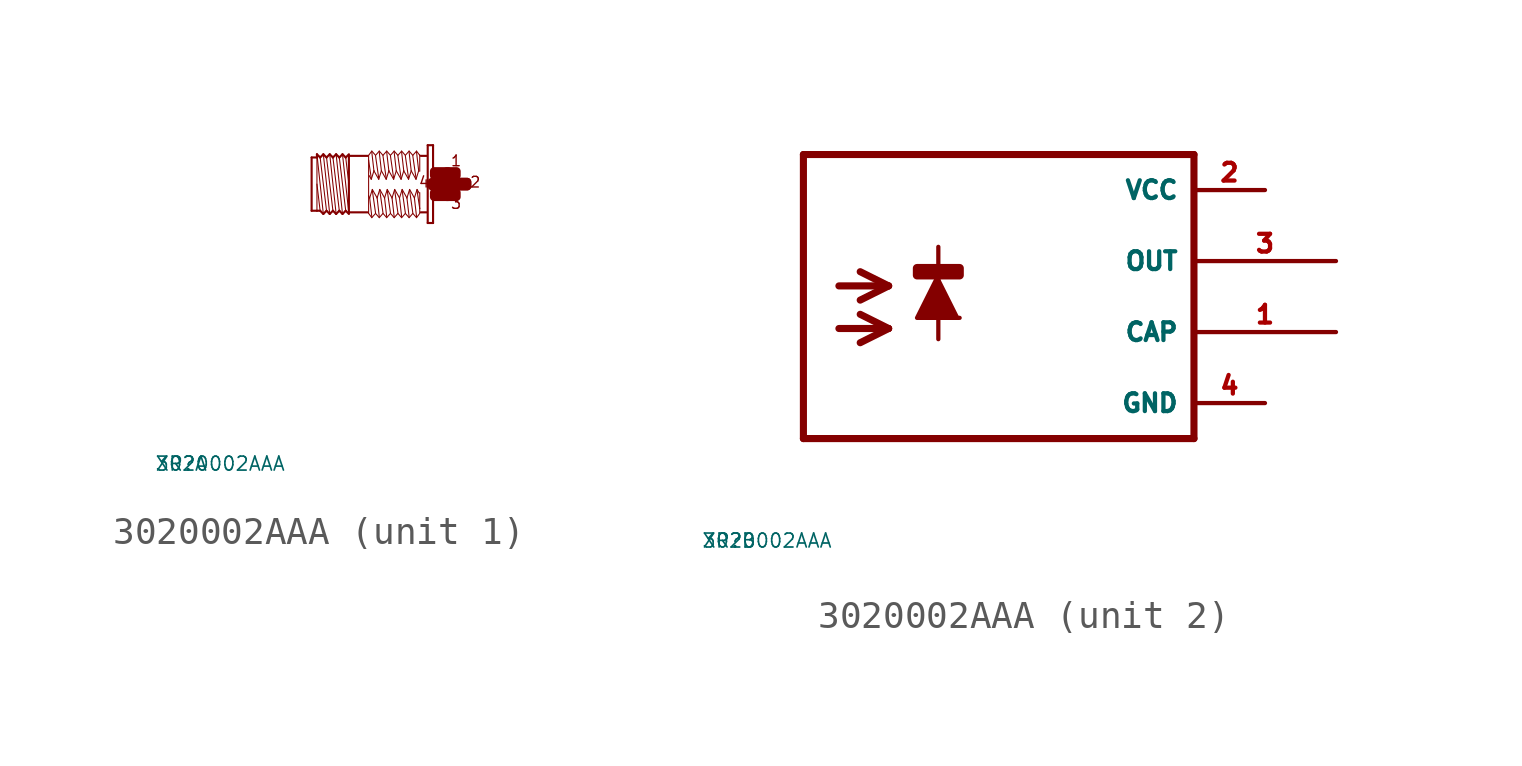
<source format=kicad_sym>
(kicad_symbol_lib
  (version 20220914)
  (generator Eagle2Kicad)
  (symbol "3020002AAA"
    (property "Reference" "XR"
      (at -10 -10 0)
      (effects (font (size 0.5 0.5) (thickness 0.06)) (justify left)))
    (property "Value" "3020002AAA"
      (at -10 -10 0)
      (effects (font (size 0.5 0.5) (thickness 0.06)) (justify left)))
    (symbol "3020002AAA_1_0"
      (polyline (pts (xy -3.048 -1.067) (xy -3.277 1.067)) (stroke (width 0.038) (type default)) (fill (type none)))
      (polyline (pts (xy -3.162 0.953) (xy -3.048 0)) (stroke (width 0.038) (type default)) (fill (type none)))
      (polyline (pts (xy -3.162 -0.953) (xy -3.391 0.953)) (stroke (width 0.038) (type default)) (fill (type none)))
      (polyline (pts (xy -3.277 -1.067) (xy -3.505 1.067)) (stroke (width 0.038) (type default)) (fill (type none)))
      (polyline (pts (xy -3.391 -0.953) (xy -3.619 0.953)) (stroke (width 0.038) (type default)) (fill (type none)))
      (polyline (pts (xy -3.505 -1.067) (xy -3.734 1.067)) (stroke (width 0.038) (type default)) (fill (type none)))
      (polyline (pts (xy -3.619 -0.953) (xy -3.848 0.953)) (stroke (width 0.038) (type default)) (fill (type none)))
      (polyline (pts (xy -3.734 -1.067) (xy -3.962 1.067)) (stroke (width 0.038) (type default)) (fill (type none)))
      (polyline (pts (xy -3.848 -0.953) (xy -4.077 0.953)) (stroke (width 0.038) (type default)) (fill (type none)))
      (polyline (pts (xy -3.962 -1.067) (xy -4.191 1.067)) (stroke (width 0.038) (type default)) (fill (type none)))
      (polyline (pts (xy -4.191 0) (xy -4.077 -0.953)) (stroke (width 0.038) (type default)) (fill (type none)))
      (polyline (pts (xy -4.191 1.029) (xy -4.191 0.953)) (stroke (width 0.038) (type default)) (fill (type none)))
      (polyline (pts (xy -4.191 0.953) (xy -4.191 -0.953)) (stroke (width 0.038) (type default)) (fill (type none)))
      (polyline (pts (xy -4.381 -0.953) (xy -4.381 0.953)) (stroke (width 0.076) (type default)) (fill (type none)))
      (polyline (pts (xy -4.381 0.953) (xy -4.191 0.953)) (stroke (width 0.076) (type default)) (fill (type none)))
      (polyline (pts (xy -4.191 0.953) (xy -4.191 1.067)) (stroke (width 0.076) (type default)) (fill (type none)))
      (polyline (pts (xy -4.191 1.067) (xy -4.077 0.953)) (stroke (width 0.076) (type default)) (fill (type none)))
      (polyline (pts (xy -4.077 0.953) (xy -3.962 1.067)) (stroke (width 0.076) (type default)) (fill (type none)))
      (polyline (pts (xy -3.962 1.067) (xy -3.848 0.953)) (stroke (width 0.076) (type default)) (fill (type none)))
      (polyline (pts (xy -3.848 0.953) (xy -3.734 1.067)) (stroke (width 0.076) (type default)) (fill (type none)))
      (polyline (pts (xy -3.734 1.067) (xy -3.619 0.953)) (stroke (width 0.076) (type default)) (fill (type none)))
      (polyline (pts (xy -3.619 0.953) (xy -3.505 1.067)) (stroke (width 0.076) (type default)) (fill (type none)))
      (polyline (pts (xy -3.277 1.067) (xy -3.162 0.953)) (stroke (width 0.076) (type default)) (fill (type none)))
      (polyline (pts (xy -3.162 0.953) (xy -3.048 1.067)) (stroke (width 0.076) (type default)) (fill (type none)))
      (polyline (pts (xy -3.048 -1.067) (xy -3.162 -0.953)) (stroke (width 0.076) (type default)) (fill (type none)))
      (polyline (pts (xy -3.162 -0.953) (xy -3.277 -1.067)) (stroke (width 0.076) (type default)) (fill (type none)))
      (polyline (pts (xy -3.277 -1.067) (xy -3.391 -0.953)) (stroke (width 0.076) (type default)) (fill (type none)))
      (polyline (pts (xy -3.391 -0.953) (xy -3.505 -1.067)) (stroke (width 0.076) (type default)) (fill (type none)))
      (polyline (pts (xy -3.505 -1.067) (xy -3.619 -0.953)) (stroke (width 0.076) (type default)) (fill (type none)))
      (polyline (pts (xy -3.619 -0.953) (xy -3.734 -1.067)) (stroke (width 0.076) (type default)) (fill (type none)))
      (polyline (pts (xy -3.734 -1.067) (xy -3.848 -0.953)) (stroke (width 0.076) (type default)) (fill (type none)))
      (polyline (pts (xy -3.848 -0.953) (xy -3.962 -1.067)) (stroke (width 0.076) (type default)) (fill (type none)))
      (polyline (pts (xy -3.962 -1.067) (xy -4.077 -0.953)) (stroke (width 0.076) (type default)) (fill (type none)))
      (polyline (pts (xy -4.077 -0.953) (xy -4.191 -0.953)) (stroke (width 0.076) (type default)) (fill (type none)))
      (polyline (pts (xy -4.191 -0.953) (xy -4.381 -0.953)) (stroke (width 0.076) (type default)) (fill (type none)))
      (polyline (pts (xy -3.048 1.029) (xy -3.048 1.01)) (stroke (width 0.076) (type default)) (fill (type none)))
      (polyline (pts (xy -3.048 1.01) (xy -3.048 -1.01)) (stroke (width 0.076) (type default)) (fill (type none)))
      (polyline (pts (xy -3.048 -1.01) (xy -3.048 -1.029)) (stroke (width 0.076) (type default)) (fill (type none)))
      (polyline (pts (xy -0.038 1.391) (xy -0.038 -1.391)) (stroke (width 0.076) (type default)) (fill (type none)))
      (polyline (pts (xy -0.038 -1.391) (xy -0.229 -1.391)) (stroke (width 0.076) (type default)) (fill (type none)))
      (polyline (pts (xy -0.229 -1.391) (xy -0.229 1.391)) (stroke (width 0.076) (type default)) (fill (type none)))
      (polyline (pts (xy -0.229 1.391) (xy -0.038 1.391)) (stroke (width 0.076) (type default)) (fill (type none)))
      (polyline (pts (xy -0.267 1.01) (xy -0.476 1.01)) (stroke (width 0.076) (type default)) (fill (type none)))
      (polyline (pts (xy -0.267 -1.01) (xy -0.476 -1.01)) (stroke (width 0.076) (type default)) (fill (type none)))
      (polyline (pts (xy -2.381 -1.01) (xy -3.048 -1.01)) (stroke (width 0.076) (type default)) (fill (type none)))
      (polyline (pts (xy -3.048 1.01) (xy -2.381 1.01)) (stroke (width 0.076) (type default)) (fill (type none)))
      (polyline (pts (xy -0.514 -1.048) (xy -0.629 -1.2)) (stroke (width 0.038) (type default)) (fill (type none)))
      (polyline (pts (xy -0.629 -1.2) (xy -0.762 -1.048)) (stroke (width 0.038) (type default)) (fill (type none)))
      (polyline (pts (xy -0.762 -1.048) (xy -0.895 -1.2)) (stroke (width 0.038) (type default)) (fill (type none)))
      (polyline (pts (xy -0.895 -1.2) (xy -1.029 -1.048)) (stroke (width 0.038) (type default)) (fill (type none)))
      (polyline (pts (xy -1.029 -1.048) (xy -1.162 -1.2)) (stroke (width 0.038) (type default)) (fill (type none)))
      (polyline (pts (xy -1.162 -1.2) (xy -1.295 -1.048)) (stroke (width 0.038) (type default)) (fill (type none)))
      (polyline (pts (xy -1.295 -1.048) (xy -1.429 -1.2)) (stroke (width 0.038) (type default)) (fill (type none)))
      (polyline (pts (xy -1.429 -1.2) (xy -1.562 -1.048)) (stroke (width 0.038) (type default)) (fill (type none)))
      (polyline (pts (xy -1.562 -1.048) (xy -1.696 -1.2)) (stroke (width 0.038) (type default)) (fill (type none)))
      (polyline (pts (xy -1.696 -1.2) (xy -1.829 -1.048)) (stroke (width 0.038) (type default)) (fill (type none)))
      (polyline (pts (xy -1.829 -1.048) (xy -1.962 -1.2)) (stroke (width 0.038) (type default)) (fill (type none)))
      (polyline (pts (xy -1.962 -1.2) (xy -2.095 -1.048)) (stroke (width 0.038) (type default)) (fill (type none)))
      (polyline (pts (xy -2.095 -1.048) (xy -2.229 -1.2)) (stroke (width 0.038) (type default)) (fill (type none)))
      (polyline (pts (xy -2.229 -1.2) (xy -2.343 -1.048)) (stroke (width 0.038) (type default)) (fill (type none)))
      (polyline (pts (xy -2.343 -1.048) (xy -2.343 -0.419)) (stroke (width 0.038) (type default)) (fill (type none)))
      (polyline (pts (xy -2.343 -0.419) (xy -2.343 0.857)) (stroke (width 0.038) (type default)) (fill (type none)))
      (polyline (pts (xy -2.343 0.857) (xy -2.343 1.029)) (stroke (width 0.038) (type default)) (fill (type none)))
      (polyline (pts (xy -0.514 1.048) (xy -0.514 1.029)) (stroke (width 0.038) (type default)) (fill (type none)))
      (polyline (pts (xy -0.514 1.029) (xy -0.514 0.457)) (stroke (width 0.038) (type default)) (fill (type none)))
      (polyline (pts (xy -0.514 -0.305) (xy -0.514 -0.876)) (stroke (width 0.038) (type default)) (fill (type none)))
      (polyline (pts (xy -0.514 -0.876) (xy -0.514 -1.029)) (stroke (width 0.038) (type default)) (fill (type none)))
      (polyline (pts (xy -0.533 -0.324) (xy -0.61 -0.191)) (stroke (width 0.038) (type default)) (fill (type none)))
      (polyline (pts (xy -0.61 -0.191) (xy -0.705 -0.495)) (stroke (width 0.038) (type default)) (fill (type none)))
      (polyline (pts (xy -0.705 -0.495) (xy -0.876 -0.191)) (stroke (width 0.038) (type default)) (fill (type none)))
      (polyline (pts (xy -0.876 -0.191) (xy -0.972 -0.495)) (stroke (width 0.038) (type default)) (fill (type none)))
      (polyline (pts (xy -0.972 -0.495) (xy -1.143 -0.191)) (stroke (width 0.038) (type default)) (fill (type none)))
      (polyline (pts (xy -1.143 -0.191) (xy -1.238 -0.495)) (stroke (width 0.038) (type default)) (fill (type none)))
      (polyline (pts (xy -1.238 -0.495) (xy -1.41 -0.191)) (stroke (width 0.038) (type default)) (fill (type none)))
      (polyline (pts (xy -1.41 -0.191) (xy -1.505 -0.495)) (stroke (width 0.038) (type default)) (fill (type none)))
      (polyline (pts (xy -1.505 -0.495) (xy -1.676 -0.191)) (stroke (width 0.038) (type default)) (fill (type none)))
      (polyline (pts (xy -1.676 -0.191) (xy -1.772 -0.495)) (stroke (width 0.038) (type default)) (fill (type none)))
      (polyline (pts (xy -1.772 -0.495) (xy -1.943 -0.191)) (stroke (width 0.038) (type default)) (fill (type none)))
      (polyline (pts (xy -1.943 -0.191) (xy -2.038 -0.495)) (stroke (width 0.038) (type default)) (fill (type none)))
      (polyline (pts (xy -2.038 -0.495) (xy -2.21 -0.191)) (stroke (width 0.038) (type default)) (fill (type none)))
      (polyline (pts (xy -2.21 -0.191) (xy -2.305 -0.495)) (stroke (width 0.038) (type default)) (fill (type none)))
      (polyline (pts (xy -2.305 -0.495) (xy -2.343 -0.419)) (stroke (width 0.038) (type default)) (fill (type none)))
      (polyline (pts (xy -2.229 -1.162) (xy -2.305 -0.495)) (stroke (width 0.038) (type default)) (fill (type none)))
      (polyline (pts (xy -2.095 -1.029) (xy -2.21 -0.229)) (stroke (width 0.038) (type default)) (fill (type none)))
      (polyline (pts (xy -1.962 -1.162) (xy -2.038 -0.495)) (stroke (width 0.038) (type default)) (fill (type none)))
      (polyline (pts (xy -1.829 -1.029) (xy -1.943 -0.229)) (stroke (width 0.038) (type default)) (fill (type none)))
      (polyline (pts (xy -1.562 -1.029) (xy -1.676 -0.229)) (stroke (width 0.038) (type default)) (fill (type none)))
      (polyline (pts (xy -1.429 -1.162) (xy -1.505 -0.495)) (stroke (width 0.038) (type default)) (fill (type none)))
      (polyline (pts (xy -1.295 -1.029) (xy -1.41 -0.229)) (stroke (width 0.038) (type default)) (fill (type none)))
      (polyline (pts (xy -1.162 -1.162) (xy -1.238 -0.495)) (stroke (width 0.038) (type default)) (fill (type none)))
      (polyline (pts (xy -1.029 -1.029) (xy -1.143 -0.229)) (stroke (width 0.038) (type default)) (fill (type none)))
      (polyline (pts (xy -0.895 -1.162) (xy -0.972 -0.495)) (stroke (width 0.038) (type default)) (fill (type none)))
      (polyline (pts (xy -0.762 -1.029) (xy -0.876 -0.229)) (stroke (width 0.038) (type default)) (fill (type none)))
      (polyline (pts (xy -0.629 -1.162) (xy -0.705 -0.495)) (stroke (width 0.038) (type default)) (fill (type none)))
      (polyline (pts (xy -0.514 -0.876) (xy -0.61 -0.229)) (stroke (width 0.038) (type default)) (fill (type none)))
      (polyline (pts (xy -2.343 1.029) (xy -2.229 1.181)) (stroke (width 0.038) (type default)) (fill (type none)))
      (polyline (pts (xy -2.229 1.181) (xy -2.095 1.029)) (stroke (width 0.038) (type default)) (fill (type none)))
      (polyline (pts (xy -2.095 1.029) (xy -1.962 1.181)) (stroke (width 0.038) (type default)) (fill (type none)))
      (polyline (pts (xy -1.962 1.181) (xy -1.829 1.029)) (stroke (width 0.038) (type default)) (fill (type none)))
      (polyline (pts (xy -1.829 1.029) (xy -1.696 1.181)) (stroke (width 0.038) (type default)) (fill (type none)))
      (polyline (pts (xy -1.696 1.181) (xy -1.562 1.029)) (stroke (width 0.038) (type default)) (fill (type none)))
      (polyline (pts (xy -1.562 1.029) (xy -1.429 1.181)) (stroke (width 0.038) (type default)) (fill (type none)))
      (polyline (pts (xy -1.429 1.181) (xy -1.295 1.029)) (stroke (width 0.038) (type default)) (fill (type none)))
      (polyline (pts (xy -1.295 1.029) (xy -1.162 1.181)) (stroke (width 0.038) (type default)) (fill (type none)))
      (polyline (pts (xy -1.162 1.181) (xy -1.029 1.029)) (stroke (width 0.038) (type default)) (fill (type none)))
      (polyline (pts (xy -1.029 1.029) (xy -0.895 1.181)) (stroke (width 0.038) (type default)) (fill (type none)))
      (polyline (pts (xy -0.895 1.181) (xy -0.762 1.029)) (stroke (width 0.038) (type default)) (fill (type none)))
      (polyline (pts (xy -0.762 1.029) (xy -0.629 1.181)) (stroke (width 0.038) (type default)) (fill (type none)))
      (polyline (pts (xy -0.629 1.181) (xy -0.514 1.029)) (stroke (width 0.038) (type default)) (fill (type none)))
      (polyline (pts (xy -2.324 0.305) (xy -2.248 0.172)) (stroke (width 0.038) (type default)) (fill (type none)))
      (polyline (pts (xy -2.248 0.172) (xy -2.153 0.476)) (stroke (width 0.038) (type default)) (fill (type none)))
      (polyline (pts (xy -2.153 0.476) (xy -1.981 0.172)) (stroke (width 0.038) (type default)) (fill (type none)))
      (polyline (pts (xy -1.981 0.172) (xy -1.886 0.476)) (stroke (width 0.038) (type default)) (fill (type none)))
      (polyline (pts (xy -1.886 0.476) (xy -1.714 0.172)) (stroke (width 0.038) (type default)) (fill (type none)))
      (polyline (pts (xy -1.714 0.172) (xy -1.619 0.476)) (stroke (width 0.038) (type default)) (fill (type none)))
      (polyline (pts (xy -1.619 0.476) (xy -1.448 0.172)) (stroke (width 0.038) (type default)) (fill (type none)))
      (polyline (pts (xy -1.448 0.172) (xy -1.353 0.476)) (stroke (width 0.038) (type default)) (fill (type none)))
      (polyline (pts (xy -1.353 0.476) (xy -1.181 0.172)) (stroke (width 0.038) (type default)) (fill (type none)))
      (polyline (pts (xy -1.181 0.172) (xy -1.086 0.476)) (stroke (width 0.038) (type default)) (fill (type none)))
      (polyline (pts (xy -1.086 0.476) (xy -0.914 0.172)) (stroke (width 0.038) (type default)) (fill (type none)))
      (polyline (pts (xy -0.914 0.172) (xy -0.819 0.476)) (stroke (width 0.038) (type default)) (fill (type none)))
      (polyline (pts (xy -0.819 0.476) (xy -0.648 0.172)) (stroke (width 0.038) (type default)) (fill (type none)))
      (polyline (pts (xy -0.648 0.172) (xy -0.552 0.476)) (stroke (width 0.038) (type default)) (fill (type none)))
      (polyline (pts (xy -0.629 1.143) (xy -0.552 0.476)) (stroke (width 0.038) (type default)) (fill (type none)))
      (polyline (pts (xy -0.762 1.01) (xy -0.648 0.21)) (stroke (width 0.038) (type default)) (fill (type none)))
      (polyline (pts (xy -0.895 1.143) (xy -0.819 0.476)) (stroke (width 0.038) (type default)) (fill (type none)))
      (polyline (pts (xy -1.029 1.01) (xy -0.914 0.21)) (stroke (width 0.038) (type default)) (fill (type none)))
      (polyline (pts (xy -1.162 1.143) (xy -1.086 0.476)) (stroke (width 0.038) (type default)) (fill (type none)))
      (polyline (pts (xy -1.295 1.01) (xy -1.181 0.21)) (stroke (width 0.038) (type default)) (fill (type none)))
      (polyline (pts (xy -1.429 1.143) (xy -1.353 0.476)) (stroke (width 0.038) (type default)) (fill (type none)))
      (polyline (pts (xy -1.562 1.01) (xy -1.448 0.21)) (stroke (width 0.038) (type default)) (fill (type none)))
      (polyline (pts (xy -1.696 1.143) (xy -1.619 0.476)) (stroke (width 0.038) (type default)) (fill (type none)))
      (polyline (pts (xy -1.829 1.01) (xy -1.714 0.21)) (stroke (width 0.038) (type default)) (fill (type none)))
      (polyline (pts (xy -1.962 1.143) (xy -1.886 0.476)) (stroke (width 0.038) (type default)) (fill (type none)))
      (polyline (pts (xy -2.095 1.01) (xy -1.981 0.21)) (stroke (width 0.038) (type default)) (fill (type none)))
      (polyline (pts (xy -2.229 1.143) (xy -2.153 0.476)) (stroke (width 0.038) (type default)) (fill (type none)))
      (polyline (pts (xy -2.343 0.857) (xy -2.248 0.21)) (stroke (width 0.038) (type default)) (fill (type none)))
      (polyline (pts (xy -1.696 -1.162) (xy -1.772 -0.495)) (stroke (width 0.038) (type default)) (fill (type none)))
      (polyline (pts (xy -3.277 1.067) (xy -3.391 0.953)) (stroke (width 0.076) (type default)) (fill (type none)))
      (polyline (pts (xy -3.391 0.953) (xy -3.505 1.067)) (stroke (width 0.076) (type default)) (fill (type none)))
      (text "1" (at 0.572 0.61 0) (effects (font (size 0.381 0.381) (thickness 0.05)) (justify left bottom)))
      (text "3" (at 0.572 -0.914 0) (effects (font (size 0.381 0.381) (thickness 0.05)) (justify left bottom)))
      (text "2" (at 1.257 -0.152 0) (effects (font (size 0.381 0.381) (thickness 0.05)) (justify left bottom)))
      (text "4" (at -0.572 -0.152 0) (effects (font (size 0.381 0.381) (thickness 0.05)) (justify left bottom)))
      (rectangle (start 0 -0.457) (end 0.495 -0.305) (stroke (width 0.3) (type default)) (fill (type outline)))
      (rectangle (start 0.457 -0.457) (end 0.8 -0.305) (stroke (width 0.3) (type default)) (fill (type outline)))
      (rectangle (start 0.838 -0.076) (end 1.181 0.076) (stroke (width 0.3) (type default)) (fill (type outline)))
      (rectangle (start 0.457 0.305) (end 0.8 0.457) (stroke (width 0.3) (type default)) (fill (type outline)))
      (rectangle (start 0 0.305) (end 0.495 0.457) (stroke (width 0.3) (type default)) (fill (type outline)))
      (rectangle (start 0.419 -0.076) (end 0.762 0.076) (stroke (width 0.3) (type default)) (fill (type outline)))
      (rectangle (start 0.076 -0.076) (end 0.419 0.076) (stroke (width 0.3) (type default)) (fill (type outline)))
      (rectangle (start -0.076 -0.076) (end 0.152 0.076) (stroke (width 0.3) (type default)) (fill (type outline)))
      (rectangle (start 0.762 -0.076) (end 0.838 0.076) (stroke (width 0.3) (type default)) (fill (type outline)))
      (rectangle (start 0.838 -0.076) (end 1.181 0.076) (stroke (width 0.3) (type default)) (fill (type outline))))
    (symbol "3020002AAA_2_0"
      (polyline (pts (xy -1.524 -0.508) (xy -2.286 -2.032) (xy -0.762 -2.032)) (stroke (width 0.152) (type default)) (fill (type outline)))
      (polyline (pts (xy -5.08 -0.889) (xy -3.302 -0.889)) (stroke (width 0.254) (type default)) (fill (type none)))
      (polyline (pts (xy -3.302 -0.889) (xy -4.318 -1.397)) (stroke (width 0.254) (type default)) (fill (type none)))
      (polyline (pts (xy -3.302 -0.889) (xy -4.318 -0.381)) (stroke (width 0.254) (type default)) (fill (type none)))
      (polyline (pts (xy -5.08 -2.413) (xy -3.302 -2.413)) (stroke (width 0.254) (type default)) (fill (type none)))
      (polyline (pts (xy -3.302 -2.413) (xy -4.318 -2.921)) (stroke (width 0.254) (type default)) (fill (type none)))
      (polyline (pts (xy -3.302 -2.413) (xy -4.318 -1.905)) (stroke (width 0.254) (type default)) (fill (type none)))
      (polyline (pts (xy -1.524 0.508) (xy -1.524 -2.794)) (stroke (width 0.152) (type default)) (fill (type none)))
      (polyline (pts (xy 7.62 3.81) (xy -6.35 3.81)) (stroke (width 0.254) (type default)) (fill (type none)))
      (polyline (pts (xy -6.35 3.81) (xy -6.35 -6.35)) (stroke (width 0.254) (type default)) (fill (type none)))
      (polyline (pts (xy -6.35 -6.35) (xy 7.62 -6.35)) (stroke (width 0.254) (type default)) (fill (type none)))
      (polyline (pts (xy 7.62 -6.35) (xy 7.62 3.81)) (stroke (width 0.254) (type default)) (fill (type none)))
      (rectangle (start -2.286 -0.508) (end -0.762 -0.254) (stroke (width 0.3) (type default)) (fill (type outline)))
      (pin unspecified line (at 10.16 2.54 180) (length 2.54) (name "VCC" (effects (font (size 0.635 0.635) (thickness 0.08)) (justify left bottom))) (number "2" (effects (font (size 0.635 0.635) (thickness 0.08)) (justify left bottom))))
      (pin unspecified line (at 10.16 -5.08 180) (length 2.54) (name "GND" (effects (font (size 0.635 0.635) (thickness 0.08)) (justify left bottom))) (number "4" (effects (font (size 0.635 0.635) (thickness 0.08)) (justify left bottom))))
      (pin output line (at 12.7 0 180) (length 5.08) (name "OUT" (effects (font (size 0.635 0.635) (thickness 0.08)) (justify left bottom))) (number "3" (effects (font (size 0.635 0.635) (thickness 0.08)) (justify left bottom))))
      (pin output line (at 12.7 -2.54 180) (length 5.08) (name "CAP" (effects (font (size 0.635 0.635) (thickness 0.08)) (justify left bottom))) (number "1" (effects (font (size 0.635 0.635) (thickness 0.08)) (justify left bottom)))))))
</source>
